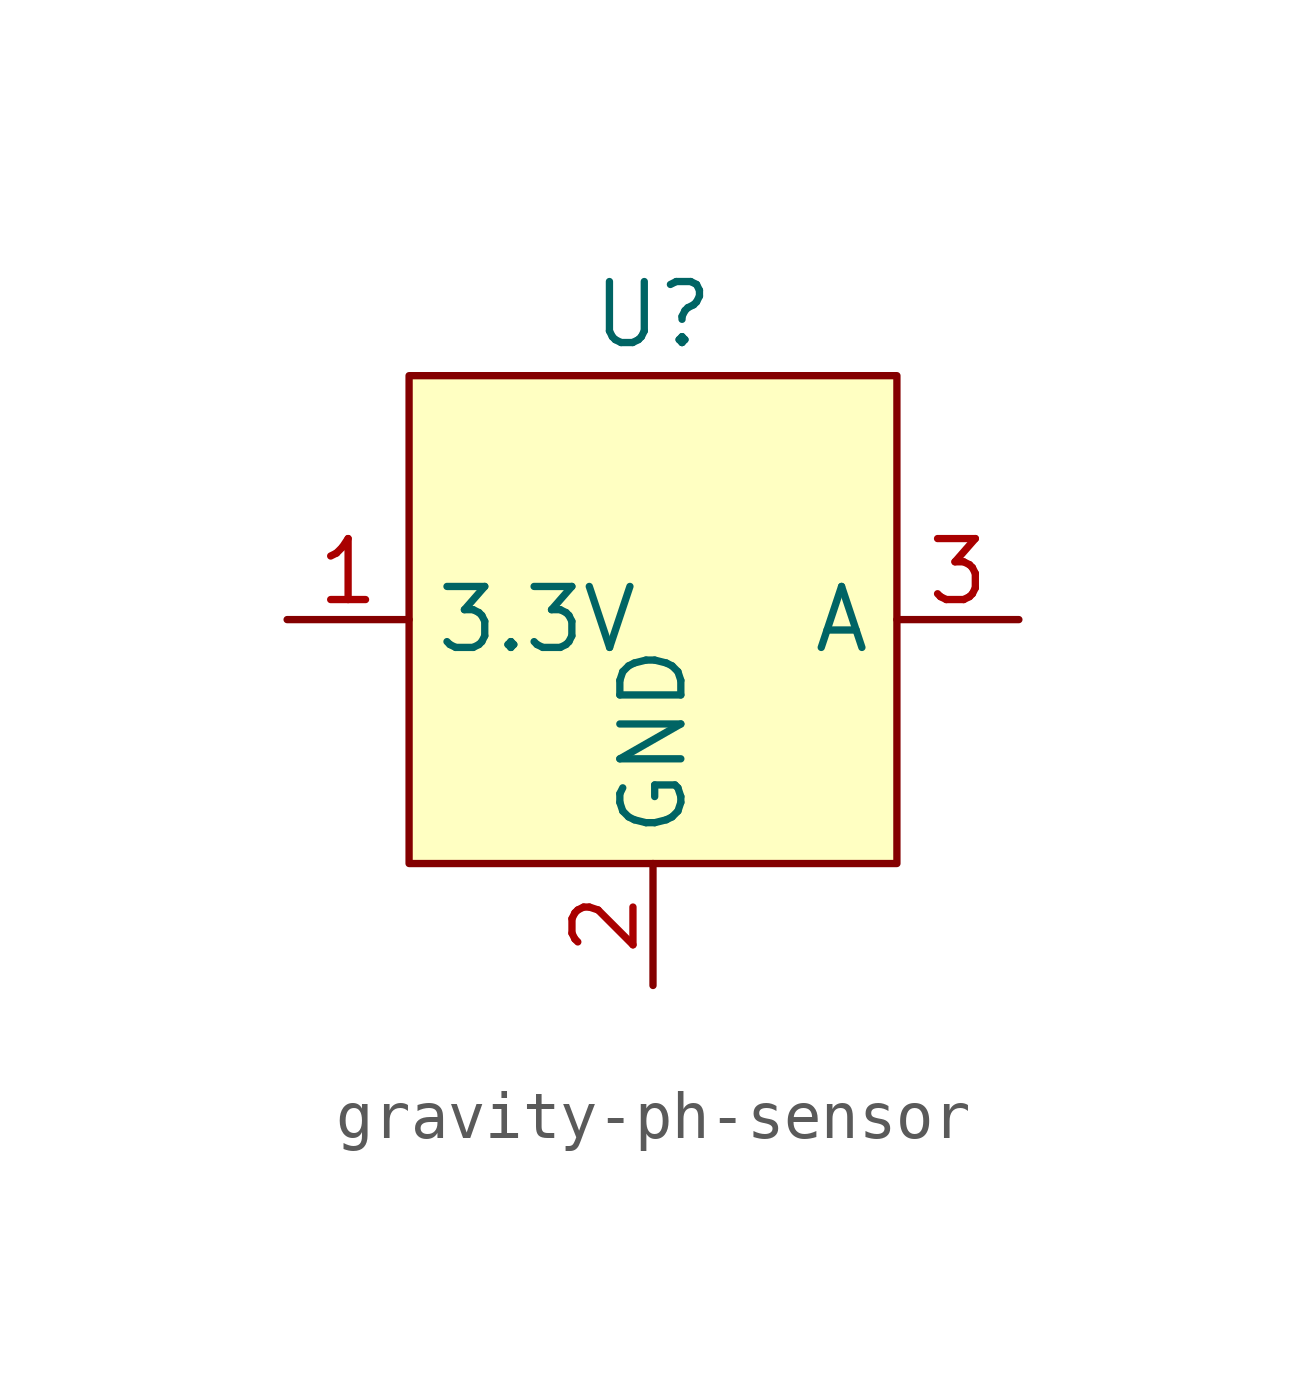
<source format=kicad_sym>
(kicad_symbol_lib
  (version 20220914)
  (generator kicad_symbol_editor)
  (symbol "gravity-ph-sensor"
    (property "Reference" "U"
      (at 0 6.35 0)
      (effects (font (size 1.27 1.27))))
    (property "Value" ""
      (at 0 0 0)
      (effects (font (size 1.27 1.27))))
    (symbol "gravity-ph-sensor_1_1"
      (rectangle (start -5.08 5.08) (end 5.08 -5.08) (stroke (width 0) (type default)) (fill (type background)))
      (pin power_in line (at -7.62 0 0) (length 2.54) (name "3.3V" (effects (font (size 1.27 1.27)))) (number "1" (effects (font (size 1.27 1.27)))))
      (pin power_in line (at 0 -7.62 90) (length 2.54) (name "GND" (effects (font (size 1.27 1.27)))) (number "2" (effects (font (size 1.27 1.27)))))
      (pin output line (at 7.62 0 180) (length 2.54) (name "A" (effects (font (size 1.27 1.27)))) (number "3" (effects (font (size 1.27 1.27))))))))
</source>
